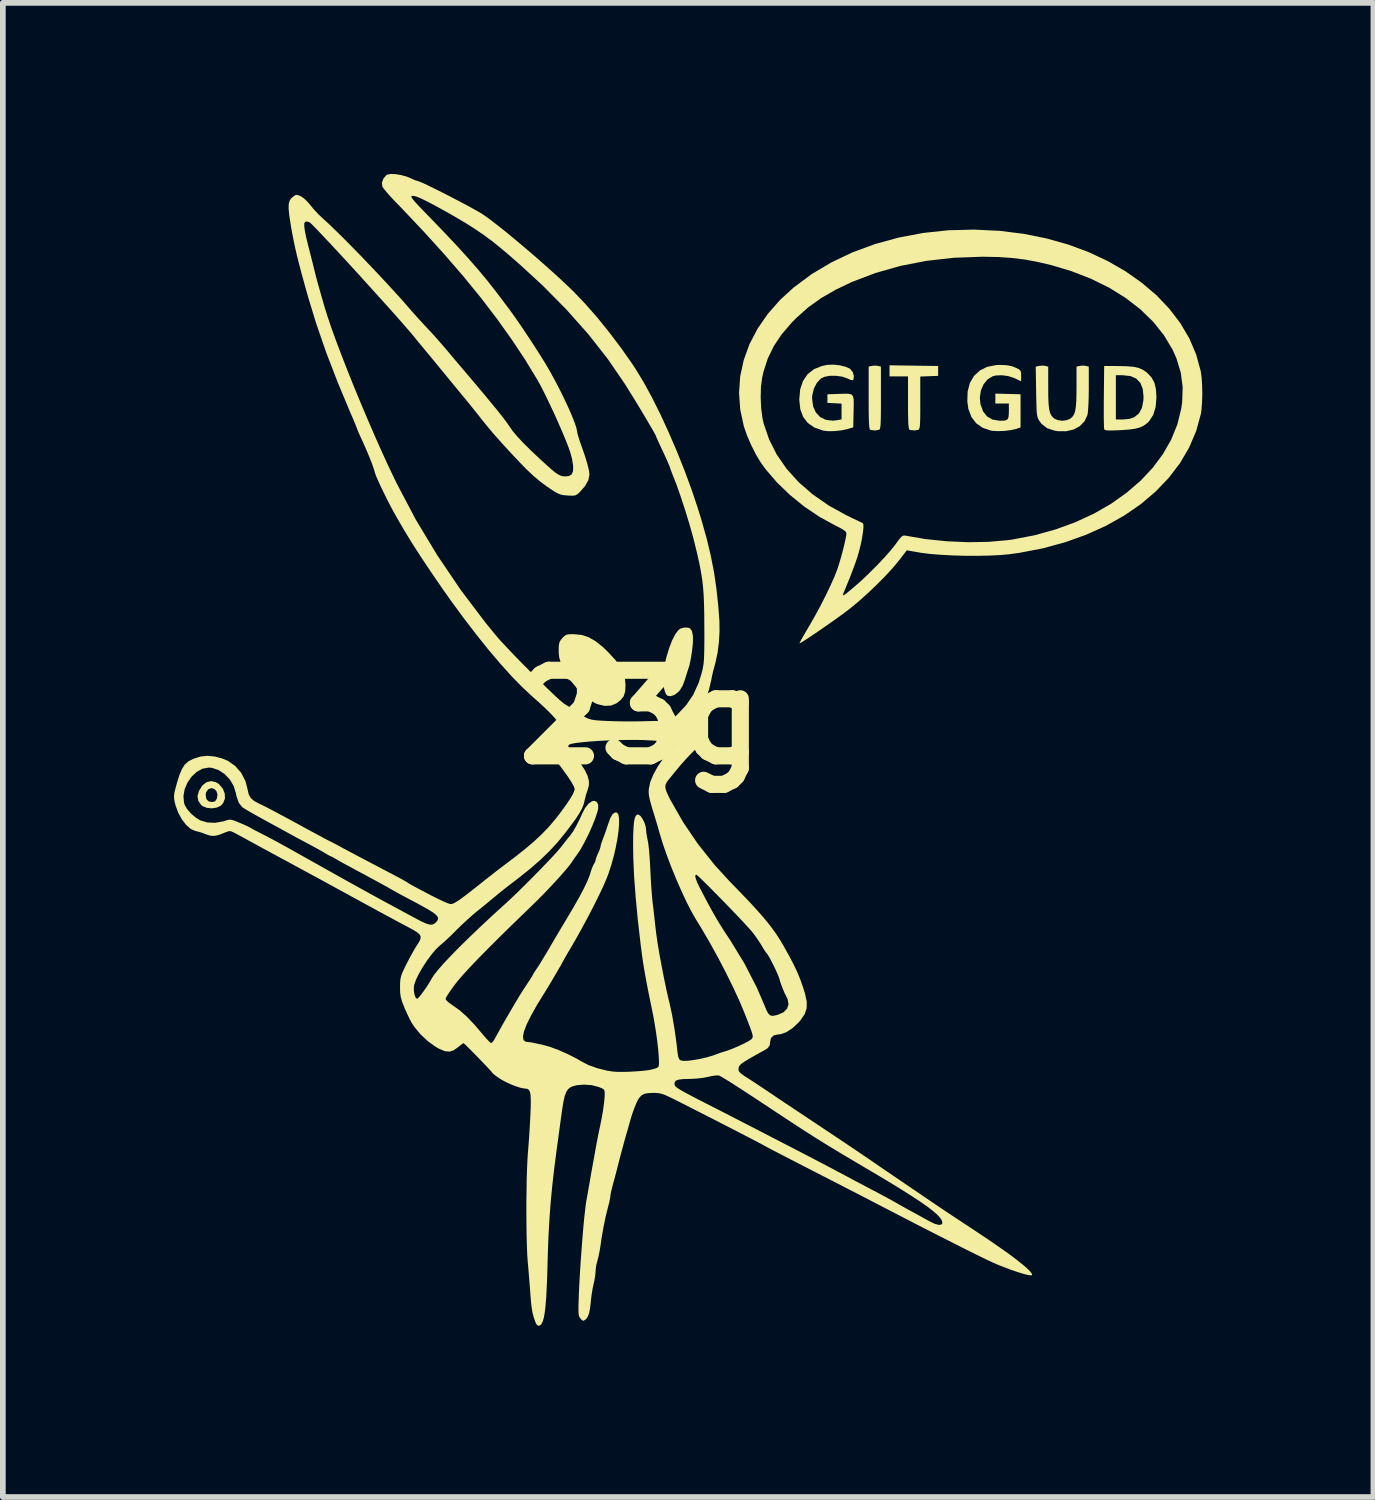
<source format=kicad_pcb>
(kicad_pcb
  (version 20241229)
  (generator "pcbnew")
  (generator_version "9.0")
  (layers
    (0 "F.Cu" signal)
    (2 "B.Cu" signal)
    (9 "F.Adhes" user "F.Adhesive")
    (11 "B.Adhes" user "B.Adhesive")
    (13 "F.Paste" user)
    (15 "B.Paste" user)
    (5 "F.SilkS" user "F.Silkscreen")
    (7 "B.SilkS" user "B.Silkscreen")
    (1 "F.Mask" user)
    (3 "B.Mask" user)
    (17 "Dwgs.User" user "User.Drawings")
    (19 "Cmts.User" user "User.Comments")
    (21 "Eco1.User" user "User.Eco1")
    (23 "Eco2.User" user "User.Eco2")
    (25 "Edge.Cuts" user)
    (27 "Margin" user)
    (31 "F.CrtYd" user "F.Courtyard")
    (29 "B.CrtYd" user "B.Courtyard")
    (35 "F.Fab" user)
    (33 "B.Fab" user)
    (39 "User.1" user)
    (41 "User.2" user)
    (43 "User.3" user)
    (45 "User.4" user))
  (footprint "23g"
    (layer "F.Cu")
    (at 8.178 9.522)
    (property "Reference" "23g" (at 0 0 0) (layer "F.SilkS") (effects (font (size 1.5 1.5) (thickness 0.3))))
    (attr board_only exclude_from_pos_files exclude_from_bom)
    (fp_poly (pts (xy 4.161 -6.158) (xy 4.215 -6.144) (xy 4.215 -5.597) (xy 4.215 -5.428) (xy 4.214 -5.296) (xy 4.212 -5.198) (xy 4.209 -5.128) (xy 4.204 -5.082) (xy 4.197 -5.054) (xy 4.187 -5.041) (xy 4.181 -5.037) (xy 4.117 -5.026) (xy 4.047 -5.032) (xy 4.027 -5.038) (xy 4.018 -5.052) (xy 4.011 -5.089) (xy 4.006 -5.152) (xy 4.003 -5.245) (xy 4.001 -5.372) (xy 4 -5.538) (xy 4 -5.597) (xy 4 -6.144) (xy 4.054 -6.158) (xy 4.119 -6.163)) (stroke (width 0) (type solid)) (fill yes) (layer "F.SilkS"))
    (fp_poly (pts (xy 4.792 -6.162) (xy 5.218 -6.156) (xy 5.218 -6.07) (xy 5.218 -5.983) (xy 5.062 -5.977) (xy 4.905 -5.971) (xy 4.905 -5.51) (xy 4.905 -5.356) (xy 4.904 -5.24) (xy 4.901 -5.155) (xy 4.897 -5.098) (xy 4.89 -5.063) (xy 4.881 -5.044) (xy 4.871 -5.037) (xy 4.807 -5.026) (xy 4.737 -5.032) (xy 4.717 -5.038) (xy 4.707 -5.053) (xy 4.7 -5.092) (xy 4.695 -5.158) (xy 4.692 -5.257) (xy 4.69 -5.391) (xy 4.69 -5.511) (xy 4.69 -5.973) (xy 4.528 -5.973) (xy 4.366 -5.973) (xy 4.366 -6.07) (xy 4.366 -6.168)) (stroke (width 0) (type solid)) (fill yes) (layer "F.SilkS"))
    (fp_poly (pts (xy -7.443 1.14) (xy -7.389 1.175) (xy -7.323 1.252) (xy -7.288 1.34) (xy -7.285 1.428) (xy -7.316 1.507) (xy -7.356 1.552) (xy -7.429 1.586) (xy -7.518 1.599) (xy -7.607 1.589) (xy -7.68 1.558) (xy -7.698 1.544) (xy -7.752 1.467) (xy -7.766 1.384) (xy -7.761 1.366) (xy -7.622 1.366) (xy -7.61 1.438) (xy -7.57 1.477) (xy -7.51 1.488) (xy -7.458 1.476) (xy -7.428 1.432) (xy -7.427 1.431) (xy -7.415 1.36) (xy -7.432 1.3) (xy -7.47 1.259) (xy -7.52 1.244) (xy -7.577 1.264) (xy -7.615 1.316) (xy -7.622 1.366) (xy -7.761 1.366) (xy -7.739 1.291) (xy -7.681 1.198) (xy -7.608 1.141) (xy -7.527 1.121)) (stroke (width 0) (type solid)) (fill yes) (layer "F.SilkS"))
    (fp_poly (pts (xy 0.836 -1.569) (xy 0.869 -1.555) (xy 0.902 -1.51) (xy 0.919 -1.426) (xy 0.919 -1.306) (xy 0.905 -1.169) (xy 0.89 -1.071) (xy 0.874 -0.982) (xy 0.86 -0.916) (xy 0.854 -0.895) (xy 0.837 -0.842) (xy 0.812 -0.765) (xy 0.785 -0.678) (xy 0.783 -0.67) (xy 0.742 -0.558) (xy 0.695 -0.478) (xy 0.66 -0.438) (xy 0.592 -0.388) (xy 0.527 -0.367) (xy 0.473 -0.375) (xy 0.446 -0.404) (xy 0.43 -0.446) (xy 0.41 -0.512) (xy 0.399 -0.557) (xy 0.387 -0.621) (xy 0.384 -0.682) (xy 0.391 -0.754) (xy 0.408 -0.851) (xy 0.41 -0.858) (xy 0.452 -1.041) (xy 0.5 -1.203) (xy 0.553 -1.342) (xy 0.609 -1.451) (xy 0.664 -1.525) (xy 0.699 -1.552) (xy 0.766 -1.571)) (stroke (width 0) (type solid)) (fill yes) (layer "F.SilkS"))
    (fp_poly (pts (xy -1.161 -1.454) (xy -1.032 -1.441) (xy -0.909 -1.401) (xy -0.785 -1.33) (xy -0.655 -1.226) (xy -0.561 -1.134) (xy -0.441 -1.003) (xy -0.355 -0.886) (xy -0.3 -0.774) (xy -0.27 -0.66) (xy -0.262 -0.558) (xy -0.269 -0.448) (xy -0.295 -0.366) (xy -0.349 -0.298) (xy -0.42 -0.243) (xy -0.515 -0.203) (xy -0.629 -0.198) (xy -0.753 -0.227) (xy -0.798 -0.246) (xy -0.872 -0.291) (xy -0.962 -0.363) (xy -1.059 -0.453) (xy -1.153 -0.553) (xy -1.23 -0.647) (xy -1.268 -0.705) (xy -1.314 -0.785) (xy -1.358 -0.871) (xy -1.36 -0.875) (xy -1.401 -0.968) (xy -1.424 -1.043) (xy -1.433 -1.121) (xy -1.434 -1.171) (xy -1.432 -1.253) (xy -1.422 -1.307) (xy -1.401 -1.348) (xy -1.371 -1.385) (xy -1.334 -1.423) (xy -1.3 -1.444) (xy -1.254 -1.453) (xy -1.183 -1.454)) (stroke (width 0) (type solid)) (fill yes) (layer "F.SilkS"))
    (fp_poly (pts (xy 8.388 -6.155) (xy 8.535 -6.151) (xy 8.648 -6.141) (xy 8.736 -6.121) (xy 8.808 -6.089) (xy 8.873 -6.044) (xy 8.889 -6.03) (xy 8.962 -5.951) (xy 9.01 -5.861) (xy 9.036 -5.75) (xy 9.045 -5.609) (xy 9.045 -5.606) (xy 9.031 -5.436) (xy 8.988 -5.297) (xy 8.916 -5.187) (xy 8.875 -5.148) (xy 8.819 -5.108) (xy 8.754 -5.078) (xy 8.674 -5.057) (xy 8.568 -5.042) (xy 8.43 -5.032) (xy 8.393 -5.03) (xy 8.282 -5.026) (xy 8.206 -5.025) (xy 8.16 -5.03) (xy 8.136 -5.039) (xy 8.129 -5.048) (xy 8.126 -5.078) (xy 8.124 -5.144) (xy 8.122 -5.24) (xy 8.122 -5.362) (xy 8.122 -5.501) (xy 8.123 -5.606) (xy 8.334 -5.606) (xy 8.334 -5.218) (xy 8.458 -5.218) (xy 8.574 -5.229) (xy 8.656 -5.258) (xy 8.738 -5.324) (xy 8.791 -5.422) (xy 8.816 -5.551) (xy 8.819 -5.617) (xy 8.805 -5.755) (xy 8.762 -5.861) (xy 8.69 -5.936) (xy 8.587 -5.98) (xy 8.454 -5.994) (xy 8.334 -5.994) (xy 8.334 -5.606) (xy 8.123 -5.606) (xy 8.123 -5.617) (xy 8.129 -6.156)) (stroke (width 0) (type solid)) (fill yes) (layer "F.SilkS"))
    (fp_poly (pts (xy 7.805 -6.158) (xy 7.859 -6.144) (xy 7.859 -5.762) (xy 7.858 -5.629) (xy 7.854 -5.506) (xy 7.848 -5.403) (xy 7.841 -5.327) (xy 7.835 -5.294) (xy 7.784 -5.186) (xy 7.701 -5.101) (xy 7.592 -5.042) (xy 7.461 -5.012) (xy 7.316 -5.013) (xy 7.256 -5.023) (xy 7.128 -5.066) (xy 7.032 -5.14) (xy 6.994 -5.191) (xy 6.976 -5.22) (xy 6.963 -5.251) (xy 6.954 -5.29) (xy 6.947 -5.342) (xy 6.943 -5.416) (xy 6.94 -5.517) (xy 6.937 -5.653) (xy 6.936 -5.708) (xy 6.929 -6.144) (xy 6.984 -6.157) (xy 7.05 -6.163) (xy 7.094 -6.158) (xy 7.148 -6.144) (xy 7.148 -5.778) (xy 7.149 -5.618) (xy 7.154 -5.494) (xy 7.164 -5.402) (xy 7.18 -5.335) (xy 7.204 -5.286) (xy 7.236 -5.249) (xy 7.258 -5.232) (xy 7.313 -5.208) (xy 7.383 -5.197) (xy 7.396 -5.196) (xy 7.466 -5.205) (xy 7.525 -5.227) (xy 7.533 -5.232) (xy 7.571 -5.264) (xy 7.599 -5.305) (xy 7.619 -5.361) (xy 7.632 -5.439) (xy 7.64 -5.544) (xy 7.643 -5.682) (xy 7.644 -5.778) (xy 7.644 -6.144) (xy 7.698 -6.158) (xy 7.763 -6.163)) (stroke (width 0) (type solid)) (fill yes) (layer "F.SilkS"))
    (fp_poly (pts (xy 6.417 -6.17) (xy 6.506 -6.154) (xy 6.571 -6.129) (xy 6.631 -6.1) (xy 6.661 -6.074) (xy 6.672 -6.037) (xy 6.673 -5.986) (xy 6.673 -5.888) (xy 6.56 -5.941) (xy 6.452 -5.978) (xy 6.335 -5.994) (xy 6.227 -5.989) (xy 6.173 -5.975) (xy 6.082 -5.919) (xy 6.012 -5.831) (xy 5.966 -5.722) (xy 5.949 -5.599) (xy 5.96 -5.486) (xy 6.005 -5.362) (xy 6.075 -5.272) (xy 6.17 -5.217) (xy 6.291 -5.197) (xy 6.304 -5.196) (xy 6.382 -5.199) (xy 6.428 -5.214) (xy 6.45 -5.25) (xy 6.457 -5.316) (xy 6.458 -5.36) (xy 6.458 -5.498) (xy 6.339 -5.498) (xy 6.221 -5.498) (xy 6.221 -5.585) (xy 6.221 -5.672) (xy 6.442 -5.666) (xy 6.663 -5.66) (xy 6.663 -5.369) (xy 6.663 -5.078) (xy 6.587 -5.053) (xy 6.494 -5.032) (xy 6.38 -5.018) (xy 6.264 -5.014) (xy 6.165 -5.02) (xy 6.141 -5.024) (xy 5.998 -5.073) (xy 5.884 -5.153) (xy 5.801 -5.263) (xy 5.748 -5.403) (xy 5.73 -5.531) (xy 5.735 -5.707) (xy 5.774 -5.857) (xy 5.846 -5.981) (xy 5.948 -6.076) (xy 6.078 -6.141) (xy 6.235 -6.172) (xy 6.304 -6.175)) (stroke (width 0) (type solid)) (fill yes) (layer "F.SilkS"))
    (fp_poly (pts (xy 3.492 -6.168) (xy 3.592 -6.144) (xy 3.668 -6.111) (xy 3.676 -6.105) (xy 3.721 -6.049) (xy 3.741 -5.977) (xy 3.733 -5.919) (xy 3.718 -5.905) (xy 3.682 -5.913) (xy 3.629 -5.937) (xy 3.537 -5.969) (xy 3.43 -5.984) (xy 3.322 -5.984) (xy 3.228 -5.967) (xy 3.166 -5.939) (xy 3.093 -5.862) (xy 3.039 -5.758) (xy 3.011 -5.64) (xy 3.008 -5.59) (xy 3.025 -5.453) (xy 3.074 -5.342) (xy 3.15 -5.26) (xy 3.252 -5.211) (xy 3.374 -5.197) (xy 3.449 -5.206) (xy 3.525 -5.22) (xy 3.525 -5.358) (xy 3.525 -5.496) (xy 3.401 -5.503) (xy 3.277 -5.509) (xy 3.277 -5.585) (xy 3.277 -5.66) (xy 3.461 -5.666) (xy 3.571 -5.67) (xy 3.648 -5.669) (xy 3.698 -5.657) (xy 3.725 -5.626) (xy 3.737 -5.572) (xy 3.739 -5.487) (xy 3.736 -5.366) (xy 3.736 -5.364) (xy 3.73 -5.08) (xy 3.634 -5.052) (xy 3.525 -5.028) (xy 3.404 -5.015) (xy 3.29 -5.013) (xy 3.2 -5.024) (xy 3.196 -5.025) (xy 3.047 -5.078) (xy 2.933 -5.157) (xy 2.852 -5.263) (xy 2.802 -5.397) (xy 2.784 -5.56) (xy 2.784 -5.574) (xy 2.8 -5.747) (xy 2.849 -5.893) (xy 2.929 -6.011) (xy 3.04 -6.099) (xy 3.181 -6.156) (xy 3.28 -6.176) (xy 3.382 -6.18)) (stroke (width 0) (type solid)) (fill yes) (layer "F.SilkS"))
    (fp_poly (pts (xy 6.299 -8.525) (xy 6.722 -8.472) (xy 7.119 -8.392) (xy 7.498 -8.285) (xy 7.857 -8.152) (xy 8.194 -7.994) (xy 8.506 -7.814) (xy 8.791 -7.613) (xy 9.048 -7.394) (xy 9.273 -7.157) (xy 9.466 -6.904) (xy 9.622 -6.638) (xy 9.741 -6.359) (xy 9.82 -6.07) (xy 9.824 -6.052) (xy 9.838 -5.943) (xy 9.846 -5.808) (xy 9.849 -5.661) (xy 9.845 -5.517) (xy 9.835 -5.39) (xy 9.824 -5.315) (xy 9.741 -5.014) (xy 9.618 -4.726) (xy 9.458 -4.453) (xy 9.262 -4.196) (xy 9.032 -3.956) (xy 8.771 -3.734) (xy 8.479 -3.533) (xy 8.16 -3.354) (xy 7.814 -3.198) (xy 7.445 -3.066) (xy 7.053 -2.959) (xy 6.641 -2.88) (xy 6.458 -2.855) (xy 6.3 -2.841) (xy 6.111 -2.832) (xy 5.904 -2.828) (xy 5.686 -2.829) (xy 5.47 -2.835) (xy 5.264 -2.846) (xy 5.079 -2.861) (xy 4.925 -2.88) (xy 4.9 -2.884) (xy 4.669 -2.925) (xy 4.535 -2.751) (xy 4.428 -2.621) (xy 4.293 -2.475) (xy 4.141 -2.321) (xy 3.98 -2.168) (xy 3.818 -2.023) (xy 3.664 -1.896) (xy 3.654 -1.889) (xy 3.577 -1.831) (xy 3.483 -1.762) (xy 3.377 -1.686) (xy 3.264 -1.607) (xy 3.152 -1.529) (xy 3.044 -1.456) (xy 2.949 -1.392) (xy 2.87 -1.341) (xy 2.815 -1.307) (xy 2.788 -1.294) (xy 2.787 -1.294) (xy 2.794 -1.311) (xy 2.819 -1.359) (xy 2.86 -1.431) (xy 2.913 -1.522) (xy 2.947 -1.579) (xy 3.048 -1.755) (xy 3.149 -1.94) (xy 3.244 -2.126) (xy 3.329 -2.303) (xy 3.4 -2.462) (xy 3.449 -2.587) (xy 3.479 -2.678) (xy 3.511 -2.786) (xy 3.542 -2.9) (xy 3.57 -3.011) (xy 3.592 -3.109) (xy 3.607 -3.185) (xy 3.61 -3.224) (xy 3.599 -3.25) (xy 3.562 -3.281) (xy 3.495 -3.32) (xy 3.419 -3.358) (xy 3.142 -3.509) (xy 2.873 -3.69) (xy 2.62 -3.895) (xy 2.391 -4.116) (xy 2.193 -4.347) (xy 2.109 -4.463) (xy 2.024 -4.604) (xy 1.941 -4.769) (xy 1.867 -4.939) (xy 1.813 -5.096) (xy 1.812 -5.098) (xy 1.749 -5.391) (xy 1.733 -5.61) (xy 2.107 -5.61) (xy 2.115 -5.422) (xy 2.138 -5.246) (xy 2.158 -5.153) (xy 2.254 -4.871) (xy 2.389 -4.603) (xy 2.563 -4.352) (xy 2.774 -4.118) (xy 3.022 -3.903) (xy 3.303 -3.708) (xy 3.597 -3.546) (xy 3.698 -3.496) (xy 3.786 -3.454) (xy 3.853 -3.422) (xy 3.892 -3.404) (xy 3.897 -3.401) (xy 3.908 -3.377) (xy 3.908 -3.318) (xy 3.899 -3.234) (xy 3.883 -3.132) (xy 3.86 -3.02) (xy 3.831 -2.906) (xy 3.803 -2.808) (xy 3.765 -2.697) (xy 3.717 -2.568) (xy 3.668 -2.439) (xy 3.642 -2.378) (xy 3.605 -2.287) (xy 3.574 -2.212) (xy 3.554 -2.161) (xy 3.547 -2.142) (xy 3.553 -2.135) (xy 3.575 -2.145) (xy 3.616 -2.175) (xy 3.681 -2.228) (xy 3.759 -2.294) (xy 3.885 -2.405) (xy 4.017 -2.532) (xy 4.15 -2.665) (xy 4.274 -2.796) (xy 4.382 -2.918) (xy 4.466 -3.023) (xy 4.483 -3.047) (xy 4.536 -3.119) (xy 4.574 -3.162) (xy 4.603 -3.181) (xy 4.632 -3.184) (xy 4.644 -3.182) (xy 5.001 -3.121) (xy 5.37 -3.083) (xy 5.741 -3.067) (xy 6.101 -3.073) (xy 6.441 -3.103) (xy 6.533 -3.116) (xy 6.916 -3.19) (xy 7.281 -3.292) (xy 7.626 -3.418) (xy 7.95 -3.568) (xy 8.249 -3.74) (xy 8.521 -3.933) (xy 8.765 -4.143) (xy 8.979 -4.37) (xy 9.159 -4.612) (xy 9.304 -4.866) (xy 9.412 -5.132) (xy 9.48 -5.407) (xy 9.496 -5.52) (xy 9.505 -5.784) (xy 9.472 -6.039) (xy 9.396 -6.289) (xy 9.326 -6.446) (xy 9.176 -6.696) (xy 8.988 -6.931) (xy 8.763 -7.15) (xy 8.505 -7.349) (xy 8.215 -7.529) (xy 7.896 -7.686) (xy 7.551 -7.82) (xy 7.202 -7.924) (xy 6.958 -7.981) (xy 6.733 -8.023) (xy 6.511 -8.05) (xy 6.278 -8.066) (xy 6.019 -8.071) (xy 5.983 -8.071) (xy 5.489 -8.053) (xy 5.012 -7.999) (xy 4.555 -7.91) (xy 4.119 -7.786) (xy 3.706 -7.629) (xy 3.422 -7.493) (xy 3.167 -7.346) (xy 2.942 -7.185) (xy 2.734 -7) (xy 2.655 -6.92) (xy 2.477 -6.714) (xy 2.338 -6.506) (xy 2.232 -6.289) (xy 2.156 -6.054) (xy 2.133 -5.952) (xy 2.112 -5.792) (xy 2.107 -5.61) (xy 1.733 -5.61) (xy 1.728 -5.684) (xy 1.748 -5.974) (xy 1.81 -6.26) (xy 1.911 -6.539) (xy 2.052 -6.809) (xy 2.231 -7.068) (xy 2.447 -7.314) (xy 2.682 -7.529) (xy 3 -7.766) (xy 3.347 -7.972) (xy 3.719 -8.149) (xy 4.113 -8.294) (xy 4.526 -8.407) (xy 4.954 -8.488) (xy 5.395 -8.535) (xy 5.844 -8.547)) (stroke (width 0) (type solid)) (fill yes) (layer "F.SilkS"))
    (fp_poly (pts (xy -4.3 -9.52) (xy -4.202 -9.504) (xy -4.104 -9.478) (xy -4.019 -9.443) (xy -3.963 -9.417) (xy -3.921 -9.402) (xy -3.913 -9.401) (xy -3.881 -9.391) (xy -3.817 -9.364) (xy -3.727 -9.322) (xy -3.617 -9.268) (xy -3.492 -9.206) (xy -3.358 -9.138) (xy -3.222 -9.067) (xy -3.088 -8.997) (xy -2.964 -8.93) (xy -2.854 -8.868) (xy -2.801 -8.838) (xy -2.725 -8.788) (xy -2.622 -8.713) (xy -2.497 -8.616) (xy -2.354 -8.502) (xy -2.199 -8.374) (xy -2.035 -8.236) (xy -1.867 -8.093) (xy -1.701 -7.947) (xy -1.54 -7.804) (xy -1.39 -7.667) (xy -1.255 -7.54) (xy -1.173 -7.46) (xy -0.969 -7.247) (xy -0.756 -7.004) (xy -0.543 -6.74) (xy -0.336 -6.466) (xy -0.143 -6.191) (xy -0.089 -6.109) (xy 0.052 -5.878) (xy 0.198 -5.611) (xy 0.346 -5.316) (xy 0.492 -4.998) (xy 0.635 -4.667) (xy 0.771 -4.327) (xy 0.897 -3.986) (xy 1.009 -3.651) (xy 1.074 -3.439) (xy 1.163 -3.122) (xy 1.233 -2.828) (xy 1.289 -2.543) (xy 1.331 -2.254) (xy 1.364 -1.947) (xy 1.384 -1.679) (xy 1.386 -1.503) (xy 1.375 -1.314) (xy 1.351 -1.127) (xy 1.316 -0.962) (xy 1.304 -0.917) (xy 1.277 -0.82) (xy 1.252 -0.71) (xy 1.24 -0.647) (xy 1.2 -0.477) (xy 1.14 -0.309) (xy 1.065 -0.155) (xy 0.982 -0.028) (xy 0.954 0.006) (xy 0.909 0.068) (xy 0.9 0.122) (xy 0.927 0.176) (xy 0.981 0.232) (xy 1.035 0.286) (xy 1.061 0.332) (xy 1.067 0.387) (xy 1.067 0.387) (xy 1.063 0.429) (xy 1.048 0.467) (xy 1.014 0.512) (xy 0.956 0.572) (xy 0.926 0.601) (xy 0.855 0.673) (xy 0.782 0.751) (xy 0.702 0.842) (xy 0.609 0.954) (xy 0.496 1.093) (xy 0.493 1.096) (xy 0.456 1.148) (xy 0.437 1.194) (xy 0.437 1.245) (xy 0.457 1.31) (xy 0.497 1.398) (xy 0.523 1.448) (xy 0.746 1.839) (xy 1.006 2.222) (xy 1.298 2.589) (xy 1.563 2.879) (xy 1.745 3.066) (xy 1.9 3.228) (xy 2.03 3.369) (xy 2.14 3.493) (xy 2.234 3.605) (xy 2.314 3.71) (xy 2.385 3.81) (xy 2.45 3.911) (xy 2.506 4.006) (xy 2.605 4.183) (xy 2.684 4.334) (xy 2.749 4.47) (xy 2.802 4.6) (xy 2.85 4.736) (xy 2.886 4.853) (xy 2.915 4.989) (xy 2.913 5.104) (xy 2.877 5.209) (xy 2.804 5.315) (xy 2.769 5.356) (xy 2.663 5.454) (xy 2.555 5.524) (xy 2.451 5.559) (xy 2.41 5.563) (xy 2.337 5.579) (xy 2.289 5.624) (xy 2.275 5.681) (xy 2.265 5.753) (xy 2.23 5.803) (xy 2.17 5.841) (xy 2.116 5.87) (xy 2.039 5.913) (xy 1.95 5.963) (xy 1.908 5.987) (xy 1.822 6.039) (xy 1.767 6.078) (xy 1.736 6.109) (xy 1.722 6.139) (xy 1.719 6.158) (xy 1.719 6.19) (xy 1.731 6.217) (xy 1.762 6.248) (xy 1.818 6.288) (xy 1.88 6.328) (xy 1.981 6.393) (xy 2.095 6.469) (xy 2.202 6.54) (xy 2.221 6.553) (xy 2.299 6.605) (xy 2.402 6.675) (xy 2.52 6.754) (xy 2.642 6.835) (xy 2.717 6.885) (xy 3.043 7.102) (xy 3.34 7.3) (xy 3.606 7.478) (xy 3.839 7.635) (xy 4.038 7.77) (xy 4.158 7.853) (xy 4.299 7.949) (xy 4.462 8.06) (xy 4.638 8.18) (xy 4.818 8.302) (xy 4.991 8.42) (xy 5.149 8.527) (xy 5.281 8.616) (xy 5.283 8.618) (xy 5.339 8.655) (xy 5.424 8.712) (xy 5.53 8.782) (xy 5.651 8.862) (xy 5.779 8.946) (xy 5.833 8.982) (xy 6.078 9.145) (xy 6.293 9.293) (xy 6.475 9.422) (xy 6.623 9.534) (xy 6.737 9.627) (xy 6.816 9.7) (xy 6.859 9.754) (xy 6.867 9.778) (xy 6.849 9.786) (xy 6.795 9.78) (xy 6.712 9.759) (xy 6.605 9.726) (xy 6.478 9.682) (xy 6.337 9.628) (xy 6.253 9.595) (xy 6.173 9.559) (xy 6.055 9.504) (xy 5.902 9.429) (xy 5.714 9.336) (xy 5.492 9.224) (xy 5.238 9.095) (xy 4.951 8.949) (xy 4.635 8.786) (xy 4.288 8.606) (xy 4.075 8.496) (xy 3.97 8.441) (xy 3.836 8.372) (xy 3.686 8.295) (xy 3.529 8.214) (xy 3.377 8.136) (xy 3.342 8.118) (xy 3.067 7.977) (xy 2.828 7.854) (xy 2.624 7.749) (xy 2.456 7.662) (xy 2.324 7.594) (xy 2.23 7.544) (xy 2.174 7.514) (xy 2.156 7.503) (xy 2.132 7.49) (xy 2.075 7.46) (xy 1.989 7.415) (xy 1.879 7.358) (xy 1.751 7.292) (xy 1.608 7.218) (xy 1.456 7.14) (xy 1.301 7.06) (xy 1.145 6.981) (xy 0.996 6.905) (xy 0.857 6.834) (xy 0.733 6.771) (xy 0.629 6.719) (xy 0.604 6.706) (xy 0.5 6.655) (xy 0.424 6.621) (xy 0.364 6.601) (xy 0.309 6.591) (xy 0.249 6.587) (xy 0.222 6.587) (xy 0.134 6.591) (xy 0.067 6.604) (xy 0.014 6.633) (xy -0.03 6.684) (xy -0.071 6.762) (xy -0.115 6.873) (xy -0.14 6.943) (xy -0.162 7.011) (xy -0.186 7.093) (xy -0.195 7.126) (xy -0.217 7.205) (xy -0.245 7.302) (xy -0.269 7.385) (xy -0.292 7.469) (xy -0.322 7.579) (xy -0.354 7.699) (xy -0.379 7.795) (xy -0.409 7.913) (xy -0.44 8.033) (xy -0.469 8.139) (xy -0.486 8.204) (xy -0.507 8.285) (xy -0.522 8.354) (xy -0.528 8.397) (xy -0.528 8.398) (xy -0.534 8.44) (xy -0.548 8.509) (xy -0.569 8.589) (xy -0.57 8.592) (xy -0.611 8.758) (xy -0.65 8.948) (xy -0.684 9.145) (xy -0.702 9.272) (xy -0.718 9.367) (xy -0.737 9.46) (xy -0.755 9.529) (xy -0.776 9.61) (xy -0.786 9.694) (xy -0.787 9.713) (xy -0.793 9.784) (xy -0.807 9.873) (xy -0.82 9.93) (xy -0.838 10.013) (xy -0.856 10.119) (xy -0.87 10.229) (xy -0.872 10.256) (xy -0.885 10.37) (xy -0.901 10.451) (xy -0.922 10.507) (xy -0.951 10.548) (xy -0.972 10.566) (xy -1 10.583) (xy -1.027 10.57) (xy -1.051 10.543) (xy -1.067 10.522) (xy -1.078 10.497) (xy -1.084 10.462) (xy -1.087 10.411) (xy -1.087 10.336) (xy -1.084 10.23) (xy -1.08 10.113) (xy -1.072 9.936) (xy -1.061 9.743) (xy -1.048 9.541) (xy -1.033 9.337) (xy -1.018 9.137) (xy -1.002 8.949) (xy -0.986 8.779) (xy -0.97 8.635) (xy -0.956 8.523) (xy -0.949 8.481) (xy -0.903 8.222) (xy -0.865 8.001) (xy -0.831 7.814) (xy -0.803 7.659) (xy -0.78 7.53) (xy -0.76 7.423) (xy -0.743 7.336) (xy -0.728 7.263) (xy -0.715 7.201) (xy -0.71 7.18) (xy -0.682 7.041) (xy -0.657 6.898) (xy -0.639 6.766) (xy -0.629 6.657) (xy -0.627 6.62) (xy -0.628 6.564) (xy -0.639 6.531) (xy -0.671 6.508) (xy -0.733 6.483) (xy -0.853 6.452) (xy -0.987 6.442) (xy -1.115 6.452) (xy -1.186 6.471) (xy -1.233 6.492) (xy -1.27 6.523) (xy -1.3 6.568) (xy -1.326 6.635) (xy -1.348 6.728) (xy -1.369 6.853) (xy -1.391 7.008) (xy -1.41 7.148) (xy -1.43 7.293) (xy -1.448 7.429) (xy -1.464 7.543) (xy -1.469 7.579) (xy -1.512 7.914) (xy -1.547 8.22) (xy -1.575 8.511) (xy -1.596 8.8) (xy -1.613 9.1) (xy -1.625 9.425) (xy -1.628 9.541) (xy -1.635 9.793) (xy -1.644 10.004) (xy -1.653 10.18) (xy -1.665 10.323) (xy -1.678 10.436) (xy -1.693 10.523) (xy -1.711 10.587) (xy -1.732 10.632) (xy -1.741 10.646) (xy -1.779 10.672) (xy -1.815 10.656) (xy -1.839 10.614) (xy -1.868 10.531) (xy -1.89 10.454) (xy -1.905 10.372) (xy -1.917 10.273) (xy -1.928 10.146) (xy -1.93 10.113) (xy -1.941 9.969) (xy -1.954 9.807) (xy -1.967 9.649) (xy -1.977 9.541) (xy -1.985 9.427) (xy -1.991 9.278) (xy -1.996 9.102) (xy -1.999 8.906) (xy -2 8.697) (xy -2 8.485) (xy -1.997 8.276) (xy -1.994 8.079) (xy -1.988 7.901) (xy -1.981 7.75) (xy -1.974 7.644) (xy -1.965 7.531) (xy -1.954 7.389) (xy -1.944 7.233) (xy -1.935 7.077) (xy -1.931 6.997) (xy -1.924 6.839) (xy -1.923 6.719) (xy -1.926 6.631) (xy -1.937 6.572) (xy -1.955 6.536) (xy -1.982 6.517) (xy -2.018 6.512) (xy -2.022 6.512) (xy -2.09 6.501) (xy -2.183 6.472) (xy -2.265 6.44) (xy 0.597 6.44) (xy 0.603 6.458) (xy 0.619 6.478) (xy 0.65 6.503) (xy 0.699 6.534) (xy 0.771 6.575) (xy 0.87 6.628) (xy 1 6.696) (xy 1.121 6.758) (xy 1.284 6.841) (xy 1.457 6.929) (xy 1.63 7.018) (xy 1.791 7.101) (xy 1.931 7.173) (xy 1.994 7.205) (xy 2.137 7.279) (xy 2.302 7.365) (xy 2.475 7.454) (xy 2.64 7.539) (xy 2.738 7.59) (xy 2.885 7.666) (xy 3.045 7.749) (xy 3.205 7.833) (xy 3.35 7.909) (xy 3.439 7.957) (xy 3.572 8.027) (xy 3.717 8.105) (xy 3.86 8.18) (xy 3.984 8.246) (xy 4.011 8.26) (xy 4.144 8.33) (xy 4.246 8.384) (xy 4.325 8.427) (xy 4.39 8.462) (xy 4.446 8.494) (xy 4.503 8.526) (xy 4.528 8.541) (xy 4.601 8.582) (xy 4.693 8.633) (xy 4.787 8.684) (xy 4.798 8.69) (xy 4.89 8.74) (xy 4.983 8.792) (xy 5.06 8.834) (xy 5.067 8.838) (xy 5.156 8.881) (xy 5.227 8.901) (xy 5.274 8.897) (xy 5.293 8.869) (xy 5.293 8.866) (xy 5.284 8.826) (xy 5.256 8.78) (xy 5.206 8.725) (xy 5.133 8.661) (xy 5.035 8.585) (xy 4.91 8.497) (xy 4.756 8.396) (xy 4.571 8.279) (xy 4.353 8.145) (xy 4.1 7.994) (xy 3.913 7.884) (xy 3.733 7.777) (xy 3.572 7.682) (xy 3.426 7.594) (xy 3.289 7.511) (xy 3.155 7.428) (xy 3.02 7.343) (xy 2.877 7.252) (xy 2.722 7.151) (xy 2.548 7.037) (xy 2.351 6.907) (xy 2.124 6.757) (xy 2.073 6.723) (xy 1.922 6.624) (xy 1.781 6.532) (xy 1.654 6.45) (xy 1.546 6.381) (xy 1.46 6.329) (xy 1.402 6.295) (xy 1.376 6.282) (xy 1.327 6.281) (xy 1.255 6.29) (xy 1.19 6.305) (xy 1.099 6.323) (xy 0.987 6.336) (xy 0.874 6.342) (xy 0.863 6.342) (xy 0.747 6.345) (xy 0.668 6.355) (xy 0.62 6.373) (xy 0.599 6.402) (xy 0.597 6.44) (xy -2.265 6.44) (xy -2.286 6.431) (xy -2.388 6.383) (xy -2.474 6.332) (xy -2.536 6.288) (xy -2.58 6.254) (xy -2.598 6.234) (xy -2.598 6.234) (xy -2.612 6.216) (xy -2.651 6.173) (xy -2.708 6.112) (xy -2.777 6.04) (xy -2.852 5.962) (xy -2.927 5.885) (xy -2.996 5.816) (xy -3.052 5.76) (xy -3.091 5.724) (xy -3.104 5.714) (xy -3.123 5.727) (xy -3.165 5.759) (xy -3.202 5.789) (xy -3.277 5.841) (xy -3.35 5.864) (xy -3.428 5.856) (xy -3.522 5.818) (xy -3.591 5.779) (xy -3.724 5.684) (xy -3.854 5.563) (xy -3.964 5.43) (xy -4.012 5.357) (xy -4.047 5.292) (xy -4.089 5.203) (xy -4.132 5.108) (xy -4.141 5.085) (xy -4.18 4.987) (xy -4.202 4.908) (xy -4.213 4.83) (xy -4.214 4.797) (xy -3.973 4.797) (xy -3.961 4.867) (xy -3.942 4.917) (xy -3.916 4.938) (xy -3.916 4.938) (xy -3.894 4.921) (xy -3.855 4.876) (xy -3.807 4.812) (xy -3.755 4.738) (xy -3.707 4.663) (xy -3.667 4.596) (xy -3.66 4.582) (xy -3.617 4.515) (xy -3.542 4.422) (xy -3.44 4.306) (xy -3.311 4.17) (xy -3.159 4.015) (xy -2.985 3.845) (xy -2.792 3.661) (xy -2.582 3.465) (xy -2.364 3.267) (xy -2.268 3.178) (xy -2.156 3.071) (xy -2.035 2.952) (xy -1.91 2.827) (xy -1.786 2.701) (xy -1.669 2.58) (xy -1.563 2.469) (xy -1.476 2.374) (xy -1.412 2.301) (xy -1.391 2.275) (xy -1.332 2.199) (xy -1.278 2.13) (xy -1.237 2.08) (xy -1.228 2.07) (xy -1.18 2.002) (xy -1.123 1.902) (xy -1.06 1.776) (xy -1.023 1.693) (xy -0.97 1.591) (xy -0.91 1.516) (xy -0.849 1.474) (xy -0.815 1.466) (xy -0.767 1.484) (xy -0.742 1.533) (xy -0.742 1.607) (xy -0.749 1.638) (xy -0.787 1.759) (xy -0.843 1.901) (xy -0.909 2.049) (xy -0.981 2.193) (xy -1.051 2.319) (xy -1.108 2.404) (xy -1.157 2.472) (xy -1.2 2.535) (xy -1.222 2.567) (xy -1.259 2.616) (xy -1.32 2.689) (xy -1.4 2.781) (xy -1.495 2.885) (xy -1.597 2.994) (xy -1.702 3.104) (xy -1.804 3.207) (xy -1.893 3.294) (xy -2.176 3.568) (xy -2.428 3.814) (xy -2.647 4.032) (xy -2.835 4.223) (xy -2.991 4.386) (xy -3.116 4.522) (xy -3.21 4.632) (xy -3.247 4.679) (xy -3.311 4.766) (xy -3.364 4.843) (xy -3.401 4.902) (xy -3.417 4.937) (xy -3.418 4.94) (xy -3.4 4.968) (xy -3.354 5.009) (xy -3.29 5.054) (xy -3.171 5.138) (xy -3.047 5.248) (xy -2.913 5.388) (xy -2.787 5.536) (xy -2.725 5.609) (xy -2.672 5.667) (xy -2.633 5.704) (xy -2.619 5.714) (xy -2.594 5.697) (xy -2.564 5.656) (xy -2.564 5.655) (xy -2.475 5.494) (xy -2.382 5.328) (xy -2.288 5.167) (xy -2.199 5.015) (xy -2.119 4.882) (xy -2.051 4.774) (xy -2.014 4.718) (xy -1.962 4.639) (xy -1.92 4.575) (xy -1.893 4.531) (xy -1.887 4.518) (xy -1.875 4.495) (xy -1.846 4.449) (xy -1.815 4.404) (xy -1.778 4.347) (xy -1.726 4.263) (xy -1.665 4.162) (xy -1.601 4.055) (xy -1.588 4.032) (xy -1.517 3.91) (xy -1.439 3.778) (xy -1.364 3.652) (xy -1.301 3.547) (xy -1.175 3.335) (xy -1.072 3.154) (xy -0.992 3.002) (xy -0.931 2.875) (xy -0.89 2.77) (xy -0.873 2.715) (xy -0.85 2.647) (xy -0.825 2.59) (xy -0.817 2.578) (xy -0.793 2.533) (xy -0.787 2.506) (xy -0.778 2.47) (xy -0.756 2.414) (xy -0.744 2.388) (xy -0.718 2.328) (xy -0.702 2.281) (xy -0.701 2.269) (xy -0.693 2.233) (xy -0.673 2.174) (xy -0.66 2.139) (xy -0.632 2.065) (xy -0.599 1.971) (xy -0.569 1.881) (xy -0.529 1.771) (xy -0.489 1.701) (xy -0.448 1.671) (xy -0.413 1.673) (xy -0.388 1.704) (xy -0.376 1.771) (xy -0.375 1.867) (xy -0.384 1.987) (xy -0.403 2.124) (xy -0.431 2.273) (xy -0.466 2.427) (xy -0.509 2.582) (xy -0.557 2.731) (xy -0.592 2.824) (xy -0.65 2.959) (xy -0.727 3.122) (xy -0.818 3.305) (xy -0.919 3.5) (xy -1.026 3.699) (xy -1.134 3.893) (xy -1.215 4.032) (xy -1.268 4.121) (xy -1.314 4.202) (xy -1.349 4.263) (xy -1.364 4.291) (xy -1.393 4.346) (xy -1.431 4.41) (xy -1.437 4.42) (xy -1.476 4.487) (xy -1.522 4.565) (xy -1.538 4.593) (xy -1.578 4.661) (xy -1.63 4.747) (xy -1.681 4.83) (xy -1.815 5.047) (xy -1.92 5.234) (xy -1.996 5.388) (xy -2.043 5.511) (xy -2.06 5.603) (xy -2.049 5.663) (xy -2.008 5.692) (xy -1.988 5.694) (xy -1.934 5.699) (xy -1.908 5.703) (xy -1.872 5.711) (xy -1.807 5.724) (xy -1.727 5.741) (xy -1.72 5.743) (xy -1.589 5.779) (xy -1.438 5.835) (xy -1.281 5.904) (xy -1.13 5.98) (xy -1.031 6.038) (xy -0.91 6.1) (xy -0.758 6.154) (xy -0.591 6.196) (xy -0.485 6.213) (xy -0.412 6.218) (xy -0.309 6.219) (xy -0.19 6.216) (xy -0.067 6.209) (xy 0.046 6.2) (xy 0.136 6.189) (xy 0.138 6.189) (xy 0.217 6.172) (xy 0.28 6.152) (xy 0.314 6.133) (xy 0.314 6.132) (xy 0.323 6.097) (xy 0.324 6.027) (xy 0.319 5.927) (xy 0.308 5.805) (xy 0.292 5.667) (xy 0.272 5.52) (xy 0.248 5.371) (xy 0.222 5.225) (xy 0.216 5.196) (xy 0.172 4.98) (xy 0.135 4.798) (xy 0.105 4.644) (xy 0.081 4.511) (xy 0.06 4.391) (xy 0.042 4.277) (xy 0.026 4.162) (xy 0.01 4.04) (xy 0.001 3.967) (xy -0.048 3.543) (xy -0.085 3.149) (xy -0.112 2.788) (xy -0.126 2.464) (xy -0.129 2.253) (xy -0.128 2.075) (xy -0.122 1.937) (xy -0.113 1.834) (xy -0.098 1.764) (xy -0.078 1.723) (xy -0.051 1.707) (xy -0.035 1.708) (xy 0.001 1.733) (xy 0.039 1.787) (xy 0.072 1.856) (xy 0.093 1.926) (xy 0.097 1.962) (xy 0.102 2.025) (xy 0.116 2.109) (xy 0.128 2.167) (xy 0.139 2.233) (xy 0.15 2.332) (xy 0.16 2.452) (xy 0.168 2.583) (xy 0.172 2.663) (xy 0.179 2.808) (xy 0.188 2.959) (xy 0.199 3.103) (xy 0.21 3.225) (xy 0.215 3.267) (xy 0.229 3.381) (xy 0.242 3.497) (xy 0.253 3.598) (xy 0.258 3.644) (xy 0.275 3.787) (xy 0.3 3.962) (xy 0.333 4.159) (xy 0.372 4.37) (xy 0.414 4.584) (xy 0.457 4.791) (xy 0.501 4.982) (xy 0.508 5.008) (xy 0.555 5.225) (xy 0.597 5.47) (xy 0.633 5.728) (xy 0.648 5.87) (xy 0.661 5.952) (xy 0.681 5.999) (xy 0.701 6.016) (xy 0.75 6.026) (xy 0.83 6.024) (xy 0.933 6.011) (xy 1.047 5.991) (xy 1.164 5.963) (xy 1.274 5.931) (xy 1.348 5.903) (xy 1.41 5.881) (xy 1.466 5.864) (xy 1.536 5.842) (xy 1.623 5.808) (xy 1.717 5.768) (xy 1.807 5.726) (xy 1.882 5.687) (xy 1.931 5.657) (xy 1.939 5.65) (xy 1.955 5.634) (xy 1.965 5.617) (xy 1.968 5.595) (xy 1.963 5.561) (xy 1.947 5.511) (xy 1.921 5.437) (xy 1.882 5.335) (xy 1.828 5.199) (xy 1.825 5.191) (xy 1.736 4.978) (xy 1.626 4.74) (xy 1.5 4.484) (xy 1.362 4.219) (xy 1.216 3.955) (xy 1.068 3.701) (xy 0.971 3.543) (xy 0.891 3.403) (xy 0.803 3.231) (xy 0.712 3.035) (xy 0.62 2.824) (xy 0.601 2.777) (xy 0.96 2.777) (xy 0.967 2.826) (xy 0.997 2.904) (xy 1.032 2.977) (xy 1.124 3.154) (xy 1.203 3.302) (xy 1.272 3.427) (xy 1.337 3.54) (xy 1.402 3.647) (xy 1.472 3.758) (xy 1.553 3.88) (xy 1.575 3.913) (xy 1.824 4.321) (xy 2.041 4.744) (xy 2.166 5.034) (xy 2.206 5.132) (xy 2.239 5.194) (xy 2.272 5.227) (xy 2.312 5.237) (xy 2.368 5.228) (xy 2.412 5.216) (xy 2.509 5.173) (xy 2.57 5.111) (xy 2.595 5.035) (xy 2.581 4.949) (xy 2.567 4.919) (xy 2.525 4.834) (xy 2.484 4.736) (xy 2.451 4.645) (xy 2.437 4.594) (xy 2.422 4.549) (xy 2.393 4.48) (xy 2.355 4.398) (xy 2.313 4.313) (xy 2.273 4.236) (xy 2.239 4.176) (xy 2.216 4.143) (xy 2.214 4.141) (xy 2.194 4.117) (xy 2.161 4.067) (xy 2.134 4.021) (xy 2.087 3.945) (xy 2.027 3.857) (xy 1.978 3.79) (xy 1.942 3.746) (xy 1.884 3.681) (xy 1.807 3.598) (xy 1.716 3.501) (xy 1.615 3.395) (xy 1.509 3.285) (xy 1.401 3.175) (xy 1.297 3.069) (xy 1.201 2.971) (xy 1.116 2.888) (xy 1.048 2.821) (xy 1 2.777) (xy 0.977 2.76) (xy 0.977 2.76) (xy 0.96 2.777) (xy 0.601 2.777) (xy 0.532 2.608) (xy 0.452 2.394) (xy 0.383 2.193) (xy 0.329 2.014) (xy 0.324 1.994) (xy 0.302 1.916) (xy 0.273 1.819) (xy 0.248 1.736) (xy 0.206 1.601) (xy 0.177 1.5) (xy 0.158 1.423) (xy 0.147 1.363) (xy 0.144 1.311) (xy 0.146 1.261) (xy 0.17 1.142) (xy 0.226 1.005) (xy 0.307 0.859) (xy 0.411 0.711) (xy 0.483 0.624) (xy 0.547 0.542) (xy 0.577 0.482) (xy 0.573 0.444) (xy 0.533 0.431) (xy 0.531 0.431) (xy 0.498 0.429) (xy 0.43 0.425) (xy 0.337 0.419) (xy 0.228 0.411) (xy 0.194 0.409) (xy 0.066 0.402) (xy -0.082 0.399) (xy -0.243 0.4) (xy -0.411 0.403) (xy -0.58 0.409) (xy -0.743 0.417) (xy -0.893 0.428) (xy -1.026 0.44) (xy -1.134 0.453) (xy -1.211 0.468) (xy -1.251 0.482) (xy -1.264 0.498) (xy -1.263 0.52) (xy -1.243 0.557) (xy -1.202 0.614) (xy -1.159 0.669) (xy -1.052 0.811) (xy -0.975 0.929) (xy -0.927 1.03) (xy -0.904 1.118) (xy -0.905 1.199) (xy -0.926 1.276) (xy -0.953 1.354) (xy -0.976 1.444) (xy -0.982 1.473) (xy -0.999 1.537) (xy -1.027 1.604) (xy -1.069 1.681) (xy -1.129 1.774) (xy -1.211 1.887) (xy -1.318 2.028) (xy -1.318 2.028) (xy -1.453 2.193) (xy -1.597 2.349) (xy -1.757 2.504) (xy -1.94 2.663) (xy -2.152 2.832) (xy -2.275 2.926) (xy -2.367 2.997) (xy -2.465 3.075) (xy -2.551 3.146) (xy -2.566 3.158) (xy -2.646 3.225) (xy -2.742 3.304) (xy -2.836 3.38) (xy -2.857 3.396) (xy -2.938 3.464) (xy -3.035 3.551) (xy -3.137 3.645) (xy -3.224 3.73) (xy -3.307 3.813) (xy -3.388 3.89) (xy -3.457 3.953) (xy -3.506 3.995) (xy -3.51 3.998) (xy -3.58 4.063) (xy -3.658 4.154) (xy -3.739 4.263) (xy -3.815 4.379) (xy -3.883 4.495) (xy -3.935 4.602) (xy -3.966 4.69) (xy -3.972 4.722) (xy -3.973 4.797) (xy -4.214 4.797) (xy -4.215 4.734) (xy -4.215 4.732) (xy -4.214 4.652) (xy -4.208 4.59) (xy -4.195 4.533) (xy -4.169 4.467) (xy -4.129 4.382) (xy -4.11 4.343) (xy -4.057 4.24) (xy -4.001 4.138) (xy -3.951 4.05) (xy -3.926 4.011) (xy -3.882 3.942) (xy -3.857 3.889) (xy -3.854 3.845) (xy -3.875 3.806) (xy -3.925 3.765) (xy -4.007 3.716) (xy -4.124 3.654) (xy -4.129 3.651) (xy -4.217 3.605) (xy -4.331 3.543) (xy -4.462 3.473) (xy -4.597 3.4) (xy -4.701 3.343) (xy -5.032 3.162) (xy -5.34 2.994) (xy -5.619 2.841) (xy -5.867 2.707) (xy -6.048 2.609) (xy -6.17 2.542) (xy -6.316 2.464) (xy -6.47 2.38) (xy -6.62 2.299) (xy -6.695 2.258) (xy -6.813 2.194) (xy -6.922 2.134) (xy -7.016 2.083) (xy -7.086 2.045) (xy -7.124 2.025) (xy -7.175 2.001) (xy -7.215 1.998) (xy -7.267 2.016) (xy -7.275 2.019) (xy -7.38 2.061) (xy -7.46 2.081) (xy -7.53 2.08) (xy -7.599 2.061) (xy -7.617 2.054) (xy -7.696 2.024) (xy -7.774 2.002) (xy -7.8 1.996) (xy -7.881 1.962) (xy -7.961 1.893) (xy -8.037 1.796) (xy -8.102 1.679) (xy -8.15 1.549) (xy -8.163 1.498) (xy -8.174 1.441) (xy -8.178 1.391) (xy -8.177 1.383) (xy -8.012 1.383) (xy -8.002 1.5) (xy -7.99 1.539) (xy -7.947 1.613) (xy -7.878 1.692) (xy -7.795 1.762) (xy -7.719 1.809) (xy -7.595 1.846) (xy -7.456 1.852) (xy -7.314 1.827) (xy -7.291 1.82) (xy -7.239 1.803) (xy -7.199 1.797) (xy -7.158 1.802) (xy -7.102 1.821) (xy -7.023 1.854) (xy -6.943 1.888) (xy -6.879 1.918) (xy -6.84 1.937) (xy -6.835 1.94) (xy -6.808 1.957) (xy -6.751 1.988) (xy -6.674 2.027) (xy -6.62 2.055) (xy -6.57 2.08) (xy -6.52 2.107) (xy -6.464 2.136) (xy -6.399 2.171) (xy -6.323 2.212) (xy -6.231 2.263) (xy -6.121 2.324) (xy -5.988 2.399) (xy -5.829 2.488) (xy -5.64 2.594) (xy -5.419 2.718) (xy -5.337 2.764) (xy -5.191 2.846) (xy -5.05 2.924) (xy -4.907 3.003) (xy -4.757 3.086) (xy -4.593 3.176) (xy -4.409 3.276) (xy -4.199 3.389) (xy -3.959 3.519) (xy -3.844 3.58) (xy -3.758 3.618) (xy -3.696 3.637) (xy -3.65 3.637) (xy -3.613 3.62) (xy -3.59 3.601) (xy -3.561 3.568) (xy -3.548 3.536) (xy -3.554 3.504) (xy -3.581 3.469) (xy -3.633 3.427) (xy -3.713 3.376) (xy -3.825 3.313) (xy -3.971 3.234) (xy -4.032 3.202) (xy -4.137 3.146) (xy -4.242 3.09) (xy -4.332 3.04) (xy -4.388 3.008) (xy -4.446 2.974) (xy -4.534 2.926) (xy -4.642 2.867) (xy -4.761 2.803) (xy -4.856 2.751) (xy -4.977 2.687) (xy -5.093 2.624) (xy -5.195 2.569) (xy -5.274 2.525) (xy -5.316 2.501) (xy -5.376 2.466) (xy -5.419 2.443) (xy -5.435 2.437) (xy -5.458 2.426) (xy -5.503 2.4) (xy -5.526 2.386) (xy -5.577 2.356) (xy -5.655 2.312) (xy -5.75 2.26) (xy -5.843 2.21) (xy -5.943 2.157) (xy -6.035 2.108) (xy -6.11 2.067) (xy -6.156 2.042) (xy -6.199 2.018) (xy -6.272 1.978) (xy -6.368 1.925) (xy -6.479 1.865) (xy -6.587 1.806) (xy -6.702 1.742) (xy -6.806 1.684) (xy -6.892 1.634) (xy -6.953 1.597) (xy -6.983 1.577) (xy -7.044 1.497) (xy -7.083 1.383) (xy -7.092 1.337) (xy -7.13 1.21) (xy -7.198 1.094) (xy -7.29 0.998) (xy -7.397 0.927) (xy -7.513 0.889) (xy -7.568 0.884) (xy -7.678 0.904) (xy -7.78 0.96) (xy -7.869 1.043) (xy -7.941 1.147) (xy -7.99 1.262) (xy -8.012 1.383) (xy -8.177 1.383) (xy -8.173 1.338) (xy -8.157 1.268) (xy -8.131 1.171) (xy -8.128 1.161) (xy -8.084 1.018) (xy -8.039 0.911) (xy -7.989 0.832) (xy -7.925 0.775) (xy -7.843 0.732) (xy -7.737 0.698) (xy -7.707 0.69) (xy -7.596 0.678) (xy -7.466 0.69) (xy -7.334 0.724) (xy -7.235 0.765) (xy -7.105 0.855) (xy -7 0.976) (xy -6.925 1.121) (xy -6.887 1.27) (xy -6.868 1.353) (xy -6.833 1.416) (xy -6.775 1.468) (xy -6.685 1.517) (xy -6.652 1.532) (xy -6.601 1.557) (xy -6.519 1.599) (xy -6.412 1.655) (xy -6.287 1.722) (xy -6.15 1.795) (xy -6.027 1.862) (xy -5.889 1.938) (xy -5.76 2.008) (xy -5.646 2.069) (xy -5.554 2.119) (xy -5.488 2.154) (xy -5.455 2.17) (xy -5.399 2.198) (xy -5.325 2.237) (xy -5.283 2.26) (xy -5.211 2.299) (xy -5.104 2.356) (xy -4.966 2.429) (xy -4.799 2.517) (xy -4.607 2.618) (xy -4.394 2.73) (xy -4.366 2.744) (xy -4.27 2.795) (xy -4.186 2.84) (xy -4.123 2.876) (xy -4.088 2.896) (xy -4.086 2.898) (xy -4.069 2.91) (xy -4.048 2.923) (xy -4.019 2.94) (xy -3.975 2.964) (xy -3.91 2.999) (xy -3.82 3.046) (xy -3.699 3.11) (xy -3.672 3.124) (xy -3.567 3.177) (xy -3.471 3.223) (xy -3.393 3.257) (xy -3.341 3.275) (xy -3.328 3.277) (xy -3.299 3.273) (xy -3.262 3.258) (xy -3.213 3.229) (xy -3.147 3.184) (xy -3.061 3.12) (xy -2.95 3.033) (xy -2.809 2.922) (xy -2.809 2.922) (xy -2.703 2.838) (xy -2.597 2.755) (xy -2.501 2.68) (xy -2.424 2.621) (xy -2.401 2.604) (xy -2.193 2.447) (xy -2.016 2.306) (xy -1.864 2.177) (xy -1.733 2.054) (xy -1.615 1.932) (xy -1.507 1.806) (xy -1.425 1.703) (xy -1.314 1.552) (xy -1.232 1.43) (xy -1.179 1.338) (xy -1.155 1.274) (xy -1.154 1.258) (xy -1.168 1.215) (xy -1.209 1.141) (xy -1.276 1.038) (xy -1.369 0.909) (xy -1.485 0.754) (xy -1.515 0.715) (xy -1.583 0.623) (xy -1.634 0.544) (xy -1.665 0.487) (xy -1.671 0.463) (xy -1.655 0.417) (xy -1.61 0.351) (xy -1.552 0.284) (xy -1.497 0.219) (xy -1.455 0.161) (xy -1.435 0.121) (xy -1.434 0.116) (xy -1.45 0.08) (xy -1.497 0.021) (xy -1.57 -0.058) (xy -1.666 -0.153) (xy -1.782 -0.261) (xy -1.907 -0.371) (xy -2.073 -0.526) (xy -2.257 -0.714) (xy -2.454 -0.934) (xy -2.664 -1.181) (xy -2.881 -1.452) (xy -3.104 -1.743) (xy -3.33 -2.051) (xy -3.472 -2.253) (xy -3.672 -2.544) (xy -3.849 -2.809) (xy -4.007 -3.055) (xy -4.15 -3.289) (xy -4.282 -3.518) (xy -4.32 -3.585) (xy -4.377 -3.69) (xy -4.437 -3.806) (xy -4.496 -3.926) (xy -4.552 -4.041) (xy -4.599 -4.144) (xy -4.635 -4.227) (xy -4.655 -4.282) (xy -4.657 -4.291) (xy -4.676 -4.355) (xy -4.709 -4.45) (xy -4.755 -4.566) (xy -4.81 -4.696) (xy -4.869 -4.83) (xy -4.897 -4.89) (xy -4.931 -4.964) (xy -4.957 -5.023) (xy -4.969 -5.056) (xy -4.97 -5.059) (xy -4.978 -5.082) (xy -5 -5.137) (xy -5.033 -5.216) (xy -5.073 -5.309) (xy -5.075 -5.312) (xy -5.308 -5.87) (xy -5.512 -6.4) (xy -5.686 -6.904) (xy -5.823 -7.353) (xy -5.887 -7.58) (xy -5.94 -7.773) (xy -5.984 -7.94) (xy -6.021 -8.086) (xy -6.052 -8.219) (xy -6.079 -8.347) (xy -6.104 -8.475) (xy -6.127 -8.604) (xy -5.894 -8.604) (xy -5.884 -8.527) (xy -5.862 -8.419) (xy -5.827 -8.275) (xy -5.809 -8.203) (xy -5.778 -8.082) (xy -5.749 -7.969) (xy -5.726 -7.874) (xy -5.709 -7.807) (xy -5.704 -7.784) (xy -5.69 -7.73) (xy -5.668 -7.648) (xy -5.642 -7.553) (xy -5.628 -7.504) (xy -5.599 -7.402) (xy -5.571 -7.305) (xy -5.549 -7.227) (xy -5.542 -7.202) (xy -5.489 -7.033) (xy -5.421 -6.831) (xy -5.338 -6.601) (xy -5.242 -6.348) (xy -5.137 -6.078) (xy -5.024 -5.796) (xy -4.905 -5.509) (xy -4.783 -5.22) (xy -4.66 -4.935) (xy -4.538 -4.661) (xy -4.419 -4.401) (xy -4.305 -4.163) (xy -4.273 -4.097) (xy -3.939 -3.463) (xy -3.565 -2.842) (xy -3.157 -2.238) (xy -2.718 -1.657) (xy -2.526 -1.423) (xy -2.462 -1.349) (xy -2.376 -1.257) (xy -2.275 -1.149) (xy -2.162 -1.032) (xy -2.041 -0.909) (xy -1.917 -0.784) (xy -1.794 -0.662) (xy -1.677 -0.546) (xy -1.569 -0.442) (xy -1.475 -0.353) (xy -1.399 -0.285) (xy -1.345 -0.24) (xy -1.324 -0.226) (xy -1.265 -0.191) (xy -1.192 -0.145) (xy -1.155 -0.121) (xy -1.059 -0.055) (xy -0.985 -0.008) (xy -0.922 0.024) (xy -0.858 0.043) (xy -0.782 0.055) (xy -0.683 0.062) (xy -0.582 0.067) (xy -0.437 0.072) (xy -0.273 0.075) (xy -0.111 0.075) (xy 0.009 0.073) (xy 0.128 0.07) (xy 0.243 0.067) (xy 0.34 0.065) (xy 0.408 0.065) (xy 0.411 0.065) (xy 0.474 0.062) (xy 0.521 0.05) (xy 0.568 0.022) (xy 0.628 -0.029) (xy 0.636 -0.036) (xy 0.797 -0.205) (xy 0.924 -0.391) (xy 1.02 -0.602) (xy 1.071 -0.767) (xy 1.086 -0.826) (xy 1.097 -0.88) (xy 1.106 -0.936) (xy 1.112 -1) (xy 1.116 -1.079) (xy 1.118 -1.178) (xy 1.12 -1.305) (xy 1.12 -1.464) (xy 1.119 -1.585) (xy 1.118 -1.804) (xy 1.114 -1.988) (xy 1.107 -2.148) (xy 1.096 -2.291) (xy 1.08 -2.427) (xy 1.057 -2.565) (xy 1.028 -2.714) (xy 0.99 -2.882) (xy 0.978 -2.932) (xy 0.923 -3.153) (xy 0.856 -3.391) (xy 0.781 -3.635) (xy 0.703 -3.873) (xy 0.626 -4.091) (xy 0.56 -4.258) (xy 0.535 -4.323) (xy 0.517 -4.377) (xy 0.502 -4.417) (xy 0.472 -4.486) (xy 0.432 -4.575) (xy 0.386 -4.673) (xy 0.385 -4.676) (xy 0.341 -4.769) (xy 0.305 -4.848) (xy 0.28 -4.904) (xy 0.27 -4.93) (xy 0.27 -4.93) (xy 0.259 -4.954) (xy 0.229 -5.009) (xy 0.182 -5.09) (xy 0.123 -5.19) (xy 0.055 -5.305) (xy -0.019 -5.429) (xy -0.096 -5.555) (xy -0.173 -5.679) (xy -0.245 -5.795) (xy -0.28 -5.851) (xy -0.578 -6.285) (xy -0.916 -6.715) (xy -1.295 -7.142) (xy -1.715 -7.567) (xy -2.103 -7.924) (xy -2.291 -8.089) (xy -2.457 -8.229) (xy -2.609 -8.351) (xy -2.757 -8.46) (xy -2.908 -8.562) (xy -3.07 -8.665) (xy -3.253 -8.773) (xy -3.414 -8.864) (xy -3.585 -8.959) (xy -3.723 -9.032) (xy -3.83 -9.085) (xy -3.909 -9.119) (xy -3.965 -9.136) (xy -3.995 -9.138) (xy -4.011 -9.134) (xy -4.017 -9.125) (xy -4.011 -9.107) (xy -3.989 -9.076) (xy -3.949 -9.029) (xy -3.888 -8.963) (xy -3.803 -8.874) (xy -3.691 -8.759) (xy -3.665 -8.732) (xy -3.42 -8.478) (xy -3.203 -8.247) (xy -3.011 -8.035) (xy -2.839 -7.838) (xy -2.683 -7.65) (xy -2.539 -7.467) (xy -2.506 -7.423) (xy -2.439 -7.335) (xy -2.367 -7.239) (xy -2.31 -7.164) (xy -2.241 -7.069) (xy -2.155 -6.947) (xy -2.058 -6.805) (xy -1.957 -6.653) (xy -1.856 -6.499) (xy -1.762 -6.352) (xy -1.681 -6.222) (xy -1.661 -6.19) (xy -1.578 -6.046) (xy -1.494 -5.892) (xy -1.411 -5.733) (xy -1.334 -5.575) (xy -1.263 -5.424) (xy -1.203 -5.286) (xy -1.156 -5.167) (xy -1.124 -5.073) (xy -1.111 -5.009) (xy -1.11 -5.002) (xy -1.103 -4.965) (xy -1.084 -4.899) (xy -1.057 -4.816) (xy -1.045 -4.783) (xy -0.977 -4.59) (xy -0.93 -4.435) (xy -0.902 -4.318) (xy -0.895 -4.248) (xy -0.915 -4.153) (xy -0.972 -4.051) (xy -1.061 -3.949) (xy -1.103 -3.91) (xy -1.138 -3.889) (xy -1.183 -3.882) (xy -1.251 -3.884) (xy -1.279 -3.886) (xy -1.342 -3.891) (xy -1.393 -3.9) (xy -1.443 -3.919) (xy -1.5 -3.95) (xy -1.576 -4) (xy -1.639 -4.042) (xy -1.759 -4.131) (xy -1.88 -4.233) (xy -2.01 -4.356) (xy -2.122 -4.472) (xy -2.3 -4.661) (xy -2.45 -4.826) (xy -2.577 -4.969) (xy -2.684 -5.096) (xy -2.776 -5.21) (xy -2.782 -5.218) (xy -2.835 -5.286) (xy -2.908 -5.377) (xy -2.991 -5.48) (xy -3.077 -5.586) (xy -3.105 -5.619) (xy -3.198 -5.732) (xy -3.299 -5.855) (xy -3.397 -5.974) (xy -3.481 -6.076) (xy -3.493 -6.091) (xy -3.573 -6.189) (xy -3.658 -6.292) (xy -3.735 -6.385) (xy -3.785 -6.445) (xy -3.847 -6.52) (xy -3.906 -6.591) (xy -3.95 -6.645) (xy -3.957 -6.654) (xy -4.012 -6.721) (xy -4.09 -6.811) (xy -4.186 -6.922) (xy -4.299 -7.05) (xy -4.425 -7.191) (xy -4.561 -7.342) (xy -4.704 -7.5) (xy -4.85 -7.661) (xy -4.996 -7.822) (xy -5.139 -7.978) (xy -5.277 -8.127) (xy -5.405 -8.265) (xy -5.521 -8.389) (xy -5.621 -8.495) (xy -5.703 -8.58) (xy -5.762 -8.64) (xy -5.797 -8.671) (xy -5.799 -8.673) (xy -5.839 -8.687) (xy -5.859 -8.689) (xy -5.882 -8.681) (xy -5.894 -8.654) (xy -5.894 -8.604) (xy -6.127 -8.604) (xy -6.128 -8.613) (xy -6.136 -8.662) (xy -6.158 -8.804) (xy -6.168 -8.912) (xy -6.167 -8.991) (xy -6.153 -9.049) (xy -6.125 -9.093) (xy -6.088 -9.126) (xy -6.049 -9.152) (xy -6.017 -9.156) (xy -5.973 -9.14) (xy -5.953 -9.131) (xy -5.897 -9.092) (xy -5.832 -9.03) (xy -5.784 -8.972) (xy -5.72 -8.895) (xy -5.639 -8.809) (xy -5.559 -8.734) (xy -5.557 -8.732) (xy -5.466 -8.649) (xy -5.352 -8.539) (xy -5.218 -8.408) (xy -5.071 -8.259) (xy -4.914 -8.099) (xy -4.754 -7.932) (xy -4.594 -7.763) (xy -4.44 -7.598) (xy -4.297 -7.442) (xy -4.169 -7.3) (xy -4.074 -7.191) (xy -3.993 -7.098) (xy -3.897 -6.991) (xy -3.801 -6.887) (xy -3.753 -6.835) (xy -3.66 -6.736) (xy -3.557 -6.621) (xy -3.46 -6.51) (xy -3.417 -6.46) (xy -3.341 -6.369) (xy -3.263 -6.277) (xy -3.195 -6.196) (xy -3.159 -6.154) (xy -2.954 -5.913) (xy -2.776 -5.701) (xy -2.624 -5.518) (xy -2.5 -5.366) (xy -2.404 -5.245) (xy -2.336 -5.154) (xy -2.301 -5.102) (xy -2.242 -5.018) (xy -2.159 -4.919) (xy -2.051 -4.804) (xy -1.915 -4.669) (xy -1.747 -4.511) (xy -1.665 -4.436) (xy -1.567 -4.349) (xy -1.492 -4.287) (xy -1.433 -4.248) (xy -1.382 -4.227) (xy -1.332 -4.22) (xy -1.275 -4.224) (xy -1.261 -4.225) (xy -1.21 -4.251) (xy -1.182 -4.311) (xy -1.18 -4.406) (xy -1.201 -4.533) (xy -1.226 -4.626) (xy -1.259 -4.723) (xy -1.308 -4.849) (xy -1.37 -4.998) (xy -1.44 -5.16) (xy -1.516 -5.329) (xy -1.594 -5.495) (xy -1.669 -5.65) (xy -1.738 -5.787) (xy -1.798 -5.897) (xy -1.803 -5.906) (xy -2.02 -6.263) (xy -2.256 -6.619) (xy -2.513 -6.979) (xy -2.793 -7.346) (xy -3.1 -7.722) (xy -3.435 -8.11) (xy -3.801 -8.514) (xy -4.201 -8.937) (xy -4.312 -9.051) (xy -4.387 -9.131) (xy -4.452 -9.205) (xy -4.5 -9.264) (xy -4.525 -9.301) (xy -4.526 -9.303) (xy -4.532 -9.371) (xy -4.506 -9.443) (xy -4.457 -9.499) (xy -4.44 -9.51) (xy -4.383 -9.522)) (stroke (width 0) (type solid)) (fill yes) (layer "F.SilkS")))
  (gr_rect
    (start -3 -3)
    (end 21.027 23.194)
    (stroke (width 0.1) (type default))
    (fill no)
    (layer "Edge.Cuts")))
</source>
